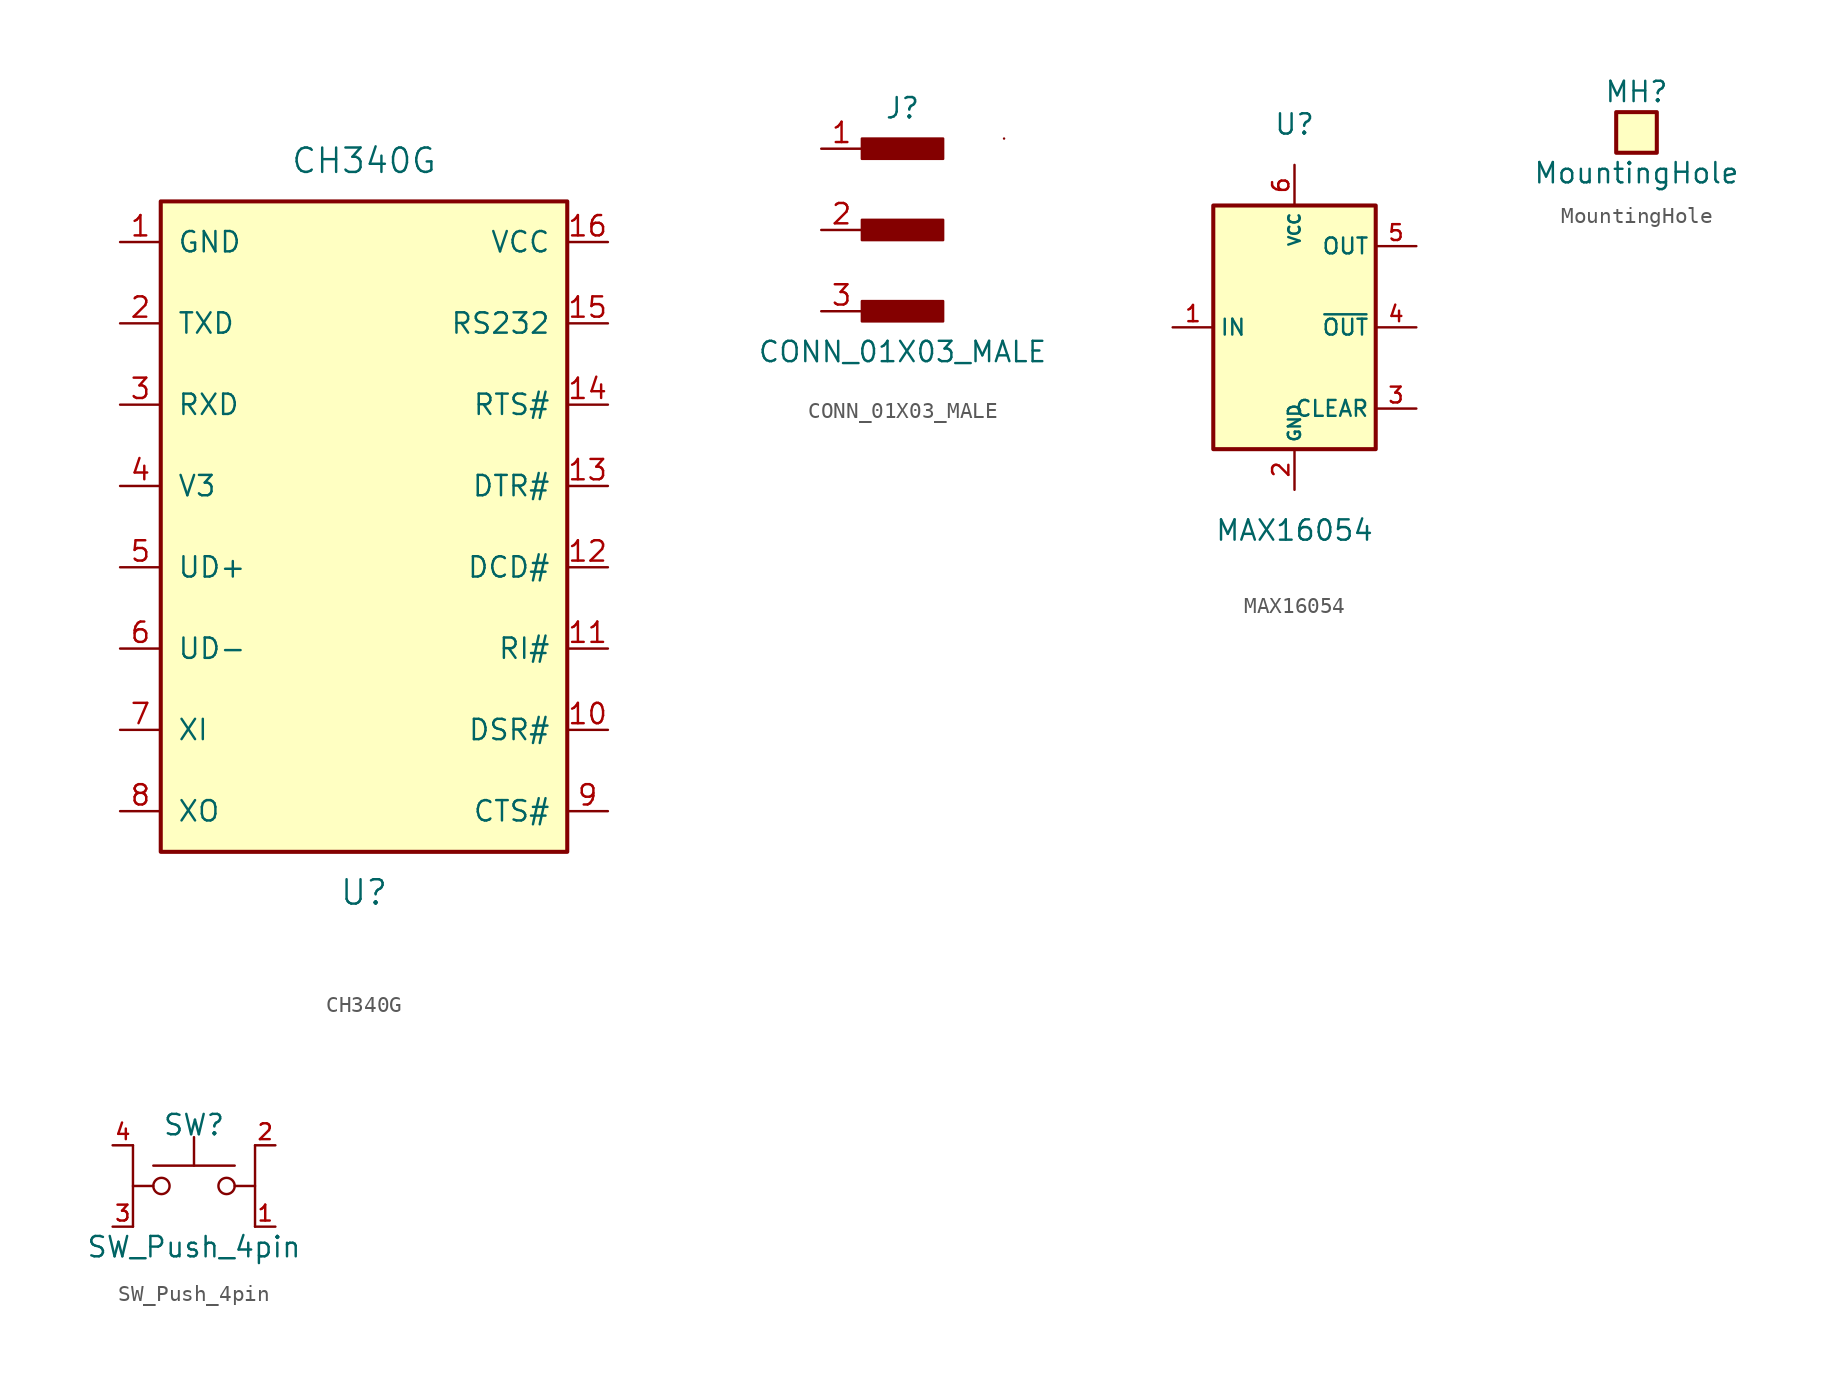
<source format=kicad_sym>
(kicad_symbol_lib
  (version 20220914)
  (generator kicad_symbol_editor)
  (symbol "CH340G"
    (pin_names
      (offset 1.016))
    (property "Reference" "U"
      (at 0 -22.86 0)
      (effects (font (size 1.524 1.524))))
    (property "Value" "CH340G"
      (at 0 22.86 0)
      (effects (font (size 1.524 1.524))))
    (property "Footprint" ""
      (at 0 0 0)
      (effects (font (size 1.524 1.524))))
    (property "Datasheet" ""
      (at 0 0 0)
      (effects (font (size 1.524 1.524))))
    (symbol "CH340G_0_1"
      (rectangle (start -12.7 20.32) (end 12.7 -20.32) (stroke (width 0.254) (type solid)) (fill (type background))))
    (symbol "CH340G_1_1"
      (pin passive line (at -15.24 17.78 0) (length 2.54) (name "GND" (effects (font (size 1.27 1.27)))) (number "1" (effects (font (size 1.27 1.27)))))
      (pin input line (at 15.24 -12.7 180) (length 2.54) (name "DSR#" (effects (font (size 1.27 1.27)))) (number "10" (effects (font (size 1.27 1.27)))))
      (pin input line (at 15.24 -7.62 180) (length 2.54) (name "RI#" (effects (font (size 1.27 1.27)))) (number "11" (effects (font (size 1.27 1.27)))))
      (pin input line (at 15.24 -2.54 180) (length 2.54) (name "DCD#" (effects (font (size 1.27 1.27)))) (number "12" (effects (font (size 1.27 1.27)))))
      (pin output line (at 15.24 2.54 180) (length 2.54) (name "DTR#" (effects (font (size 1.27 1.27)))) (number "13" (effects (font (size 1.27 1.27)))))
      (pin output line (at 15.24 7.62 180) (length 2.54) (name "RTS#" (effects (font (size 1.27 1.27)))) (number "14" (effects (font (size 1.27 1.27)))))
      (pin output line (at 15.24 12.7 180) (length 2.54) (name "RS232" (effects (font (size 1.27 1.27)))) (number "15" (effects (font (size 1.27 1.27)))))
      (pin power_in line (at 15.24 17.78 180) (length 2.54) (name "VCC" (effects (font (size 1.27 1.27)))) (number "16" (effects (font (size 1.27 1.27)))))
      (pin output line (at -15.24 12.7 0) (length 2.54) (name "TXD" (effects (font (size 1.27 1.27)))) (number "2" (effects (font (size 1.27 1.27)))))
      (pin input line (at -15.24 7.62 0) (length 2.54) (name "RXD" (effects (font (size 1.27 1.27)))) (number "3" (effects (font (size 1.27 1.27)))))
      (pin input line (at -15.24 2.54 0) (length 2.54) (name "V3" (effects (font (size 1.27 1.27)))) (number "4" (effects (font (size 1.27 1.27)))))
      (pin bidirectional line (at -15.24 -2.54 0) (length 2.54) (name "UD+" (effects (font (size 1.27 1.27)))) (number "5" (effects (font (size 1.27 1.27)))))
      (pin bidirectional line (at -15.24 -7.62 0) (length 2.54) (name "UD-" (effects (font (size 1.27 1.27)))) (number "6" (effects (font (size 1.27 1.27)))))
      (pin input line (at -15.24 -12.7 0) (length 2.54) (name "XI" (effects (font (size 1.27 1.27)))) (number "7" (effects (font (size 1.27 1.27)))))
      (pin output line (at -15.24 -17.78 0) (length 2.54) (name "XO" (effects (font (size 1.27 1.27)))) (number "8" (effects (font (size 1.27 1.27)))))
      (pin input line (at 15.24 -17.78 180) (length 2.54) (name "CTS#" (effects (font (size 1.27 1.27)))) (number "9" (effects (font (size 1.27 1.27)))))))
  (symbol "CONN_01X03_MALE"
    (pin_names
      (offset 1.016) hide)
    (property "Reference" "J"
      (at 0 7.62 0)
      (effects (font (size 1.27 1.27))))
    (property "Value" "CONN_01X03_MALE"
      (at 0 -7.62 0)
      (effects (font (size 1.27 1.27))))
    (symbol "CONN_01X03_MALE_0_1"
      (rectangle (start -2.54 -4.445) (end 2.54 -5.715) (stroke (width 0) (type solid)) (fill (type outline)))
      (rectangle (start -2.54 5.715) (end 2.54 4.445) (stroke (width 0) (type solid)) (fill (type outline)))
      (rectangle (start 2.54 0.635) (end -2.54 -0.635) (stroke (width 0) (type solid)) (fill (type outline)))
      (rectangle (start 6.35 5.715) (end 6.35 5.715) (stroke (width 0) (type solid)) (fill (type none))))
    (symbol "CONN_01X03_MALE_1_1"
      (pin passive line (at -5.08 5.08 0) (length 2.54) (name "1" (effects (font (size 1.27 1.27)))) (number "1" (effects (font (size 1.27 1.27)))))
      (pin passive line (at -5.08 0 0) (length 2.54) (name "2" (effects (font (size 1.27 1.27)))) (number "2" (effects (font (size 1.27 1.27)))))
      (pin passive line (at -5.08 -5.08 0) (length 2.54) (name "3" (effects (font (size 1.27 1.27)))) (number "3" (effects (font (size 1.27 1.27)))))))
  (symbol "MAX16054"
    (pin_names
      (offset 0.381))
    (property "Reference" "U"
      (at 0 12.7 0)
      (effects (font (size 1.27 1.27))))
    (property "Value" "MAX16054"
      (at 0 -12.7 0)
      (effects (font (size 1.27 1.27))))
    (symbol "MAX16054_0_0"
      (pin input line (at -7.62 0 0) (length 2.54) (name "IN" (effects (font (size 0.991 0.991)))) (number "1" (effects (font (size 1.016 1.016)))))
      (pin power_in line (at 0 -10.16 90) (length 2.54) (name "GND" (effects (font (size 0.762 0.762)))) (number "2" (effects (font (size 1.016 1.016)))))
      (pin power_in line (at 0 10.16 270) (length 2.54) (name "VCC" (effects (font (size 0.711 0.711)))) (number "6" (effects (font (size 1.016 1.016))))))
    (symbol "MAX16054_0_1"
      (rectangle (start -5.08 7.62) (end 5.08 -7.62) (stroke (width 0.254) (type solid)) (fill (type background))))
    (symbol "MAX16054_1_1"
      (pin input line (at 7.62 -5.08 180) (length 2.54) (name "CLEAR" (effects (font (size 0.991 0.991)))) (number "3" (effects (font (size 0.991 0.991)))))
      (pin output line (at 7.62 0 180) (length 2.54) (name "~{OUT}" (effects (font (size 0.991 0.991)))) (number "4" (effects (font (size 0.991 0.991)))))
      (pin output line (at 7.62 5.08 180) (length 2.54) (name "OUT" (effects (font (size 0.991 0.991)))) (number "5" (effects (font (size 0.991 0.991)))))))
  (symbol "MountingHole"
    (pin_names
      (offset 1.016) hide)
    (property "Reference" "MH"
      (at 0 2.54 0)
      (effects (font (size 1.27 1.27))))
    (property "Value" "MountingHole"
      (at 0 -2.54 0)
      (effects (font (size 1.27 1.27))))
    (symbol "MountingHole_1_1"
      (rectangle (start -1.27 1.27) (end 1.27 -1.27) (stroke (width 0.254) (type solid)) (fill (type background)))))
  (symbol "SW_Push_4pin"
    (pin_names
      (offset 1.016) hide)
    (property "Reference" "SW"
      (at 0 3.81 0)
      (effects (font (size 1.27 1.27))))
    (property "Value" "SW_Push_4pin"
      (at 0 -3.81 0)
      (effects (font (size 1.27 1.27))))
    (symbol "SW_Push_4pin_0_1"
      (circle (center -2.032 0) (radius 0.508) (stroke (width 0) (type solid)) (fill (type none)))
      (polyline (pts (xy -3.81 2.54) (xy -3.81 -2.54)) (stroke (width 0) (type solid)) (fill (type none)))
      (polyline (pts (xy -2.54 0) (xy -3.81 0)) (stroke (width 0) (type solid)) (fill (type none)))
      (polyline (pts (xy 0 1.27) (xy 0 3.048)) (stroke (width 0) (type solid)) (fill (type none)))
      (polyline (pts (xy 2.54 0) (xy 3.81 0)) (stroke (width 0) (type solid)) (fill (type none)))
      (polyline (pts (xy 2.54 1.27) (xy -2.54 1.27)) (stroke (width 0) (type solid)) (fill (type none)))
      (polyline (pts (xy 3.81 -2.54) (xy 3.81 2.54)) (stroke (width 0) (type solid)) (fill (type none)))
      (circle (center 2.032 0) (radius 0.508) (stroke (width 0) (type solid)) (fill (type none)))
      (pin passive line (at 5.08 -2.54 180) (length 1.27) (name "1" (effects (font (size 1.27 1.27)))) (number "1" (effects (font (size 0.991 0.991)))))
      (pin passive line (at -5.08 -2.54 0) (length 1.27) (name "3" (effects (font (size 1.27 1.27)))) (number "3" (effects (font (size 0.991 0.991)))))
      (pin passive line (at -5.08 2.54 0) (length 1.27) (name "4" (effects (font (size 1.27 1.27)))) (number "4" (effects (font (size 0.991 0.991))))))
    (symbol "SW_Push_4pin_1_1"
      (pin passive line (at 5.08 2.54 180) (length 1.27) (name "2" (effects (font (size 1.27 1.27)))) (number "2" (effects (font (size 0.991 0.991))))))))
</source>
